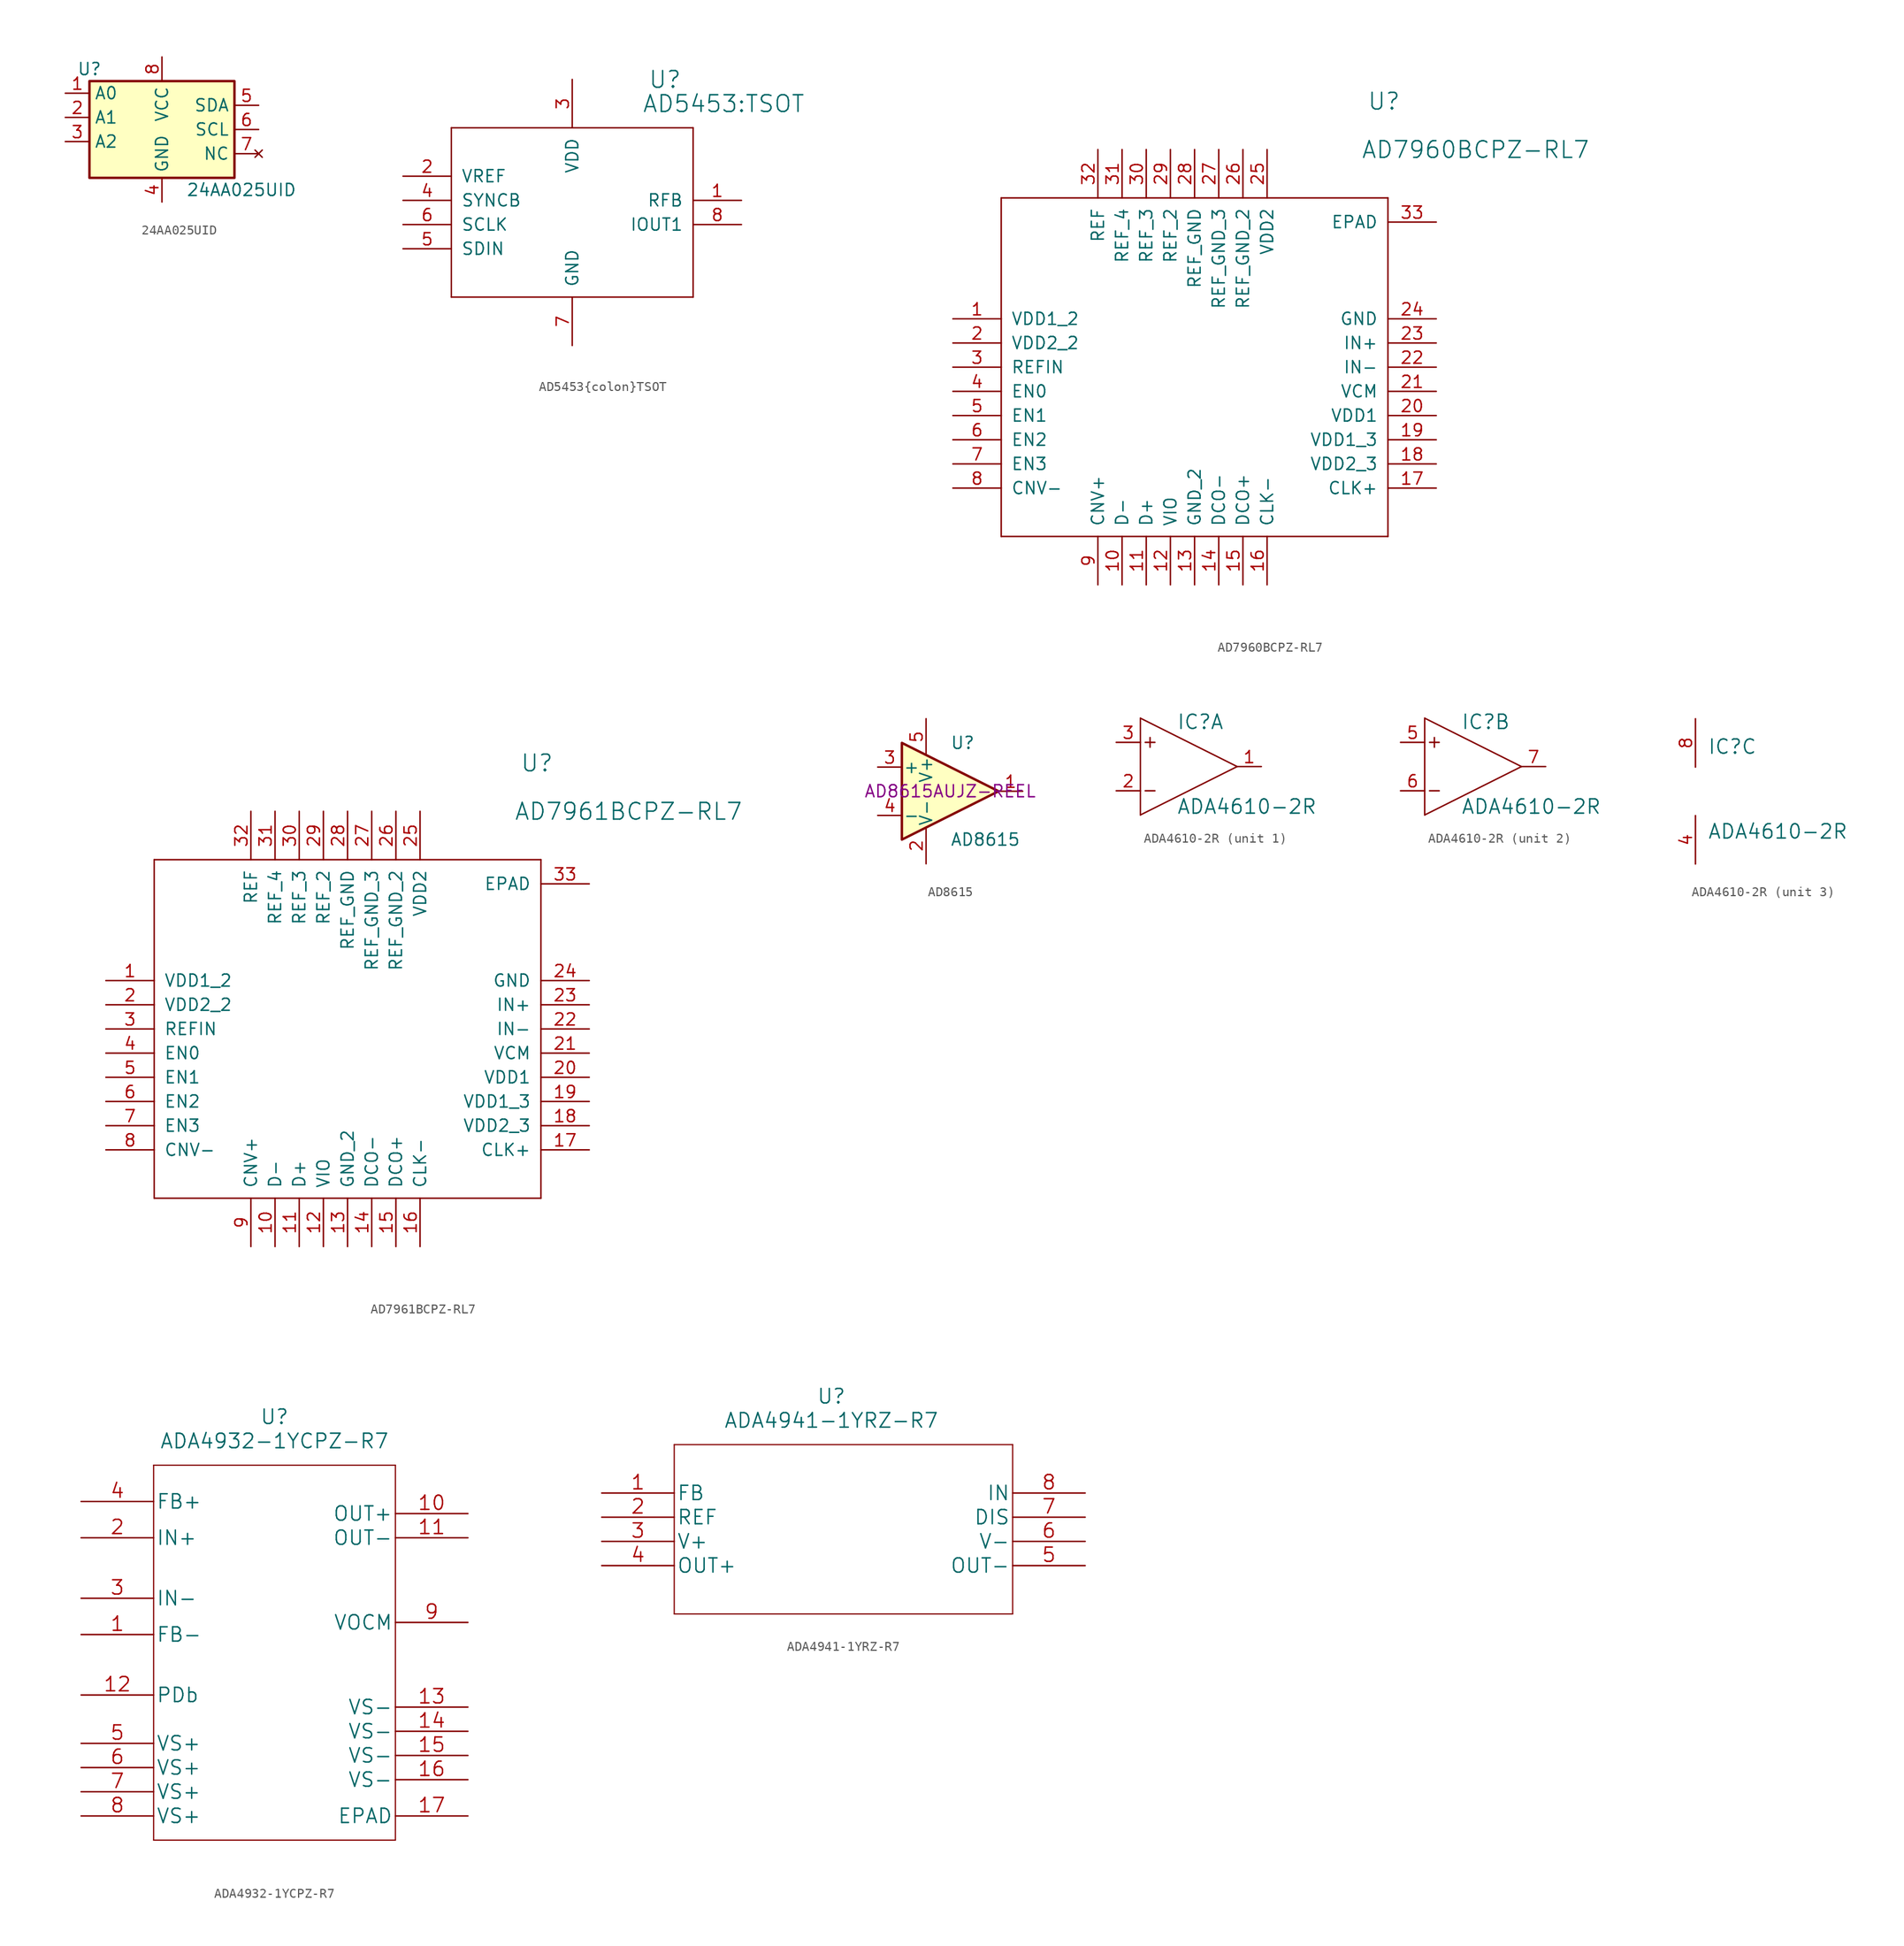
<source format=kicad_sym>
(kicad_symbol_lib
  (version 20211014)
  (generator kicad_symbol_editor)
  (symbol "24AA025UID"
    (property "Reference" "U"
      (at -7.62 6.35 0)
      (effects (font (size 1.27 1.27))))
    (property "Value" "24AA025UID"
      (at 2.54 -6.35 0)
      (effects (font (size 1.27 1.27)) (justify left)))
    (symbol "24AA025UID_1_1"
      (rectangle (start -7.62 5.08) (end 7.62 -5.08) (stroke (width 0.254) (type default) (color 0 0 0 0)) (fill (type background)))
      (pin input line (at -10.16 3.81 0) (length 2.54) (name "A0" (effects (font (size 1.27 1.27)))) (number "1" (effects (font (size 1.27 1.27)))))
      (pin input line (at -10.16 1.27 0) (length 2.54) (name "A1" (effects (font (size 1.27 1.27)))) (number "2" (effects (font (size 1.27 1.27)))))
      (pin input line (at -10.16 -1.27 0) (length 2.54) (name "A2" (effects (font (size 1.27 1.27)))) (number "3" (effects (font (size 1.27 1.27)))))
      (pin power_in line (at 0 -7.62 90) (length 2.54) (name "GND" (effects (font (size 1.27 1.27)))) (number "4" (effects (font (size 1.27 1.27)))))
      (pin bidirectional line (at 10.16 2.54 180) (length 2.54) (name "SDA" (effects (font (size 1.27 1.27)))) (number "5" (effects (font (size 1.27 1.27)))))
      (pin input line (at 10.16 0 180) (length 2.54) (name "SCL" (effects (font (size 1.27 1.27)))) (number "6" (effects (font (size 1.27 1.27)))))
      (pin no_connect line (at 10.16 -2.54 180) (length 2.54) (name "NC" (effects (font (size 1.27 1.27)))) (number "7" (effects (font (size 1.27 1.27)))))
      (pin power_in line (at 0 7.62 270) (length 2.54) (name "VCC" (effects (font (size 1.27 1.27)))) (number "8" (effects (font (size 1.27 1.27)))))))
  (symbol "AD5453{colon}TSOT"
    (pin_names
      (offset 1.016))
    (property "Reference" "U"
      (at 7.976 11.659 0)
      (effects (font (size 1.753 1.753)) (justify left bottom)))
    (property "Value" "AD5453{colon}TSOT"
      (at 7.341 9.119 0)
      (effects (font (size 1.753 1.753)) (justify left bottom)))
    (symbol "AD5453{colon}TSOT_1_0"
      (polyline (pts (xy -12.7 -10.16) (xy 12.7 -10.16)) (stroke (width 0) (type default) (color 0 0 0 0)) (fill (type none)))
      (polyline (pts (xy -12.7 7.62) (xy -12.7 -10.16)) (stroke (width 0) (type default) (color 0 0 0 0)) (fill (type none)))
      (polyline (pts (xy 12.7 -10.16) (xy 12.7 7.62)) (stroke (width 0) (type default) (color 0 0 0 0)) (fill (type none)))
      (polyline (pts (xy 12.7 7.62) (xy -12.7 7.62)) (stroke (width 0) (type default) (color 0 0 0 0)) (fill (type none)))
      (pin passive line (at 17.78 0 180) (length 5.08) (name "RFB" (effects (font (size 1.27 1.27)))) (number "1" (effects (font (size 1.27 1.27)))))
      (pin passive line (at -17.78 2.54 0) (length 5.08) (name "VREF" (effects (font (size 1.27 1.27)))) (number "2" (effects (font (size 1.27 1.27)))))
      (pin power_in line (at 0 12.7 270) (length 5.08) (name "VDD" (effects (font (size 1.27 1.27)))) (number "3" (effects (font (size 1.27 1.27)))))
      (pin passive line (at -17.78 0 0) (length 5.08) (name "SYNCB" (effects (font (size 1.27 1.27)))) (number "4" (effects (font (size 1.27 1.27)))))
      (pin passive line (at -17.78 -5.08 0) (length 5.08) (name "SDIN" (effects (font (size 1.27 1.27)))) (number "5" (effects (font (size 1.27 1.27)))))
      (pin passive line (at -17.78 -2.54 0) (length 5.08) (name "SCLK" (effects (font (size 1.27 1.27)))) (number "6" (effects (font (size 1.27 1.27)))))
      (pin passive line (at 0 -15.24 90) (length 5.08) (name "GND" (effects (font (size 1.27 1.27)))) (number "7" (effects (font (size 1.27 1.27)))))
      (pin passive line (at 17.78 -2.54 180) (length 5.08) (name "IOUT1" (effects (font (size 1.27 1.27)))) (number "8" (effects (font (size 1.27 1.27)))))))
  (symbol "AD7960BCPZ-RL7"
    (pin_names
      (offset 1.016))
    (property "Reference" "U"
      (at 18.136 26.899 0)
      (effects (font (size 1.753 1.753)) (justify left bottom)))
    (property "Value" "AD7960BCPZ-RL7"
      (at 17.501 21.819 0)
      (effects (font (size 1.753 1.753)) (justify left bottom)))
    (symbol "AD7960BCPZ-RL7_1_0"
      (polyline (pts (xy -20.32 -17.78) (xy 20.32 -17.78)) (stroke (width 0) (type default) (color 0 0 0 0)) (fill (type none)))
      (polyline (pts (xy -20.32 17.78) (xy -20.32 -17.78)) (stroke (width 0) (type default) (color 0 0 0 0)) (fill (type none)))
      (polyline (pts (xy 20.32 -17.78) (xy 20.32 17.78)) (stroke (width 0) (type default) (color 0 0 0 0)) (fill (type none)))
      (polyline (pts (xy 20.32 17.78) (xy -20.32 17.78)) (stroke (width 0) (type default) (color 0 0 0 0)) (fill (type none)))
      (pin power_in line (at -25.4 5.08 0) (length 5.08) (name "VDD1_2" (effects (font (size 1.27 1.27)))) (number "1" (effects (font (size 1.27 1.27)))))
      (pin output line (at -7.62 -22.86 90) (length 5.08) (name "D-" (effects (font (size 1.27 1.27)))) (number "10" (effects (font (size 1.27 1.27)))))
      (pin output line (at -5.08 -22.86 90) (length 5.08) (name "D+" (effects (font (size 1.27 1.27)))) (number "11" (effects (font (size 1.27 1.27)))))
      (pin power_in line (at -2.54 -22.86 90) (length 5.08) (name "VIO" (effects (font (size 1.27 1.27)))) (number "12" (effects (font (size 1.27 1.27)))))
      (pin power_in line (at 0 -22.86 90) (length 5.08) (name "GND_2" (effects (font (size 1.27 1.27)))) (number "13" (effects (font (size 1.27 1.27)))))
      (pin output line (at 2.54 -22.86 90) (length 5.08) (name "DCO-" (effects (font (size 1.27 1.27)))) (number "14" (effects (font (size 1.27 1.27)))))
      (pin output line (at 5.08 -22.86 90) (length 5.08) (name "DCO+" (effects (font (size 1.27 1.27)))) (number "15" (effects (font (size 1.27 1.27)))))
      (pin input line (at 7.62 -22.86 90) (length 5.08) (name "CLK-" (effects (font (size 1.27 1.27)))) (number "16" (effects (font (size 1.27 1.27)))))
      (pin input line (at 25.4 -12.7 180) (length 5.08) (name "CLK+" (effects (font (size 1.27 1.27)))) (number "17" (effects (font (size 1.27 1.27)))))
      (pin power_in line (at 25.4 -10.16 180) (length 5.08) (name "VDD2_3" (effects (font (size 1.27 1.27)))) (number "18" (effects (font (size 1.27 1.27)))))
      (pin power_in line (at 25.4 -7.62 180) (length 5.08) (name "VDD1_3" (effects (font (size 1.27 1.27)))) (number "19" (effects (font (size 1.27 1.27)))))
      (pin power_in line (at -25.4 2.54 0) (length 5.08) (name "VDD2_2" (effects (font (size 1.27 1.27)))) (number "2" (effects (font (size 1.27 1.27)))))
      (pin power_in line (at 25.4 -5.08 180) (length 5.08) (name "VDD1" (effects (font (size 1.27 1.27)))) (number "20" (effects (font (size 1.27 1.27)))))
      (pin output line (at 25.4 -2.54 180) (length 5.08) (name "VCM" (effects (font (size 1.27 1.27)))) (number "21" (effects (font (size 1.27 1.27)))))
      (pin input line (at 25.4 0 180) (length 5.08) (name "IN-" (effects (font (size 1.27 1.27)))) (number "22" (effects (font (size 1.27 1.27)))))
      (pin input line (at 25.4 2.54 180) (length 5.08) (name "IN+" (effects (font (size 1.27 1.27)))) (number "23" (effects (font (size 1.27 1.27)))))
      (pin power_in line (at 25.4 5.08 180) (length 5.08) (name "GND" (effects (font (size 1.27 1.27)))) (number "24" (effects (font (size 1.27 1.27)))))
      (pin power_in line (at 7.62 22.86 270) (length 5.08) (name "VDD2" (effects (font (size 1.27 1.27)))) (number "25" (effects (font (size 1.27 1.27)))))
      (pin power_in line (at 5.08 22.86 270) (length 5.08) (name "REF_GND_2" (effects (font (size 1.27 1.27)))) (number "26" (effects (font (size 1.27 1.27)))))
      (pin power_in line (at 2.54 22.86 270) (length 5.08) (name "REF_GND_3" (effects (font (size 1.27 1.27)))) (number "27" (effects (font (size 1.27 1.27)))))
      (pin power_in line (at 0 22.86 270) (length 5.08) (name "REF_GND" (effects (font (size 1.27 1.27)))) (number "28" (effects (font (size 1.27 1.27)))))
      (pin bidirectional line (at -2.54 22.86 270) (length 5.08) (name "REF_2" (effects (font (size 1.27 1.27)))) (number "29" (effects (font (size 1.27 1.27)))))
      (pin input line (at -25.4 0 0) (length 5.08) (name "REFIN" (effects (font (size 1.27 1.27)))) (number "3" (effects (font (size 1.27 1.27)))))
      (pin bidirectional line (at -5.08 22.86 270) (length 5.08) (name "REF_3" (effects (font (size 1.27 1.27)))) (number "30" (effects (font (size 1.27 1.27)))))
      (pin bidirectional line (at -7.62 22.86 270) (length 5.08) (name "REF_4" (effects (font (size 1.27 1.27)))) (number "31" (effects (font (size 1.27 1.27)))))
      (pin bidirectional line (at -10.16 22.86 270) (length 5.08) (name "REF" (effects (font (size 1.27 1.27)))) (number "32" (effects (font (size 1.27 1.27)))))
      (pin power_in line (at 25.4 15.24 180) (length 5.08) (name "EPAD" (effects (font (size 1.27 1.27)))) (number "33" (effects (font (size 1.27 1.27)))))
      (pin input line (at -25.4 -2.54 0) (length 5.08) (name "EN0" (effects (font (size 1.27 1.27)))) (number "4" (effects (font (size 1.27 1.27)))))
      (pin input line (at -25.4 -5.08 0) (length 5.08) (name "EN1" (effects (font (size 1.27 1.27)))) (number "5" (effects (font (size 1.27 1.27)))))
      (pin input line (at -25.4 -7.62 0) (length 5.08) (name "EN2" (effects (font (size 1.27 1.27)))) (number "6" (effects (font (size 1.27 1.27)))))
      (pin input line (at -25.4 -10.16 0) (length 5.08) (name "EN3" (effects (font (size 1.27 1.27)))) (number "7" (effects (font (size 1.27 1.27)))))
      (pin input line (at -25.4 -12.7 0) (length 5.08) (name "CNV-" (effects (font (size 1.27 1.27)))) (number "8" (effects (font (size 1.27 1.27)))))
      (pin input line (at -10.16 -22.86 90) (length 5.08) (name "CNV+" (effects (font (size 1.27 1.27)))) (number "9" (effects (font (size 1.27 1.27)))))))
  (symbol "AD7961BCPZ-RL7"
    (pin_names
      (offset 1.016))
    (property "Reference" "U"
      (at 18.136 26.899 0)
      (effects (font (size 1.753 1.753)) (justify left bottom)))
    (property "Value" "AD7961BCPZ-RL7"
      (at 17.501 21.819 0)
      (effects (font (size 1.753 1.753)) (justify left bottom)))
    (symbol "AD7961BCPZ-RL7_1_0"
      (polyline (pts (xy -20.32 -17.78) (xy 20.32 -17.78)) (stroke (width 0) (type default) (color 0 0 0 0)) (fill (type none)))
      (polyline (pts (xy -20.32 17.78) (xy -20.32 -17.78)) (stroke (width 0) (type default) (color 0 0 0 0)) (fill (type none)))
      (polyline (pts (xy 20.32 -17.78) (xy 20.32 17.78)) (stroke (width 0) (type default) (color 0 0 0 0)) (fill (type none)))
      (polyline (pts (xy 20.32 17.78) (xy -20.32 17.78)) (stroke (width 0) (type default) (color 0 0 0 0)) (fill (type none)))
      (pin power_in line (at -25.4 5.08 0) (length 5.08) (name "VDD1_2" (effects (font (size 1.27 1.27)))) (number "1" (effects (font (size 1.27 1.27)))))
      (pin output line (at -7.62 -22.86 90) (length 5.08) (name "D-" (effects (font (size 1.27 1.27)))) (number "10" (effects (font (size 1.27 1.27)))))
      (pin output line (at -5.08 -22.86 90) (length 5.08) (name "D+" (effects (font (size 1.27 1.27)))) (number "11" (effects (font (size 1.27 1.27)))))
      (pin power_in line (at -2.54 -22.86 90) (length 5.08) (name "VIO" (effects (font (size 1.27 1.27)))) (number "12" (effects (font (size 1.27 1.27)))))
      (pin power_in line (at 0 -22.86 90) (length 5.08) (name "GND_2" (effects (font (size 1.27 1.27)))) (number "13" (effects (font (size 1.27 1.27)))))
      (pin output line (at 2.54 -22.86 90) (length 5.08) (name "DCO-" (effects (font (size 1.27 1.27)))) (number "14" (effects (font (size 1.27 1.27)))))
      (pin output line (at 5.08 -22.86 90) (length 5.08) (name "DCO+" (effects (font (size 1.27 1.27)))) (number "15" (effects (font (size 1.27 1.27)))))
      (pin input line (at 7.62 -22.86 90) (length 5.08) (name "CLK-" (effects (font (size 1.27 1.27)))) (number "16" (effects (font (size 1.27 1.27)))))
      (pin input line (at 25.4 -12.7 180) (length 5.08) (name "CLK+" (effects (font (size 1.27 1.27)))) (number "17" (effects (font (size 1.27 1.27)))))
      (pin power_in line (at 25.4 -10.16 180) (length 5.08) (name "VDD2_3" (effects (font (size 1.27 1.27)))) (number "18" (effects (font (size 1.27 1.27)))))
      (pin power_in line (at 25.4 -7.62 180) (length 5.08) (name "VDD1_3" (effects (font (size 1.27 1.27)))) (number "19" (effects (font (size 1.27 1.27)))))
      (pin power_in line (at -25.4 2.54 0) (length 5.08) (name "VDD2_2" (effects (font (size 1.27 1.27)))) (number "2" (effects (font (size 1.27 1.27)))))
      (pin power_in line (at 25.4 -5.08 180) (length 5.08) (name "VDD1" (effects (font (size 1.27 1.27)))) (number "20" (effects (font (size 1.27 1.27)))))
      (pin output line (at 25.4 -2.54 180) (length 5.08) (name "VCM" (effects (font (size 1.27 1.27)))) (number "21" (effects (font (size 1.27 1.27)))))
      (pin input line (at 25.4 0 180) (length 5.08) (name "IN-" (effects (font (size 1.27 1.27)))) (number "22" (effects (font (size 1.27 1.27)))))
      (pin input line (at 25.4 2.54 180) (length 5.08) (name "IN+" (effects (font (size 1.27 1.27)))) (number "23" (effects (font (size 1.27 1.27)))))
      (pin power_in line (at 25.4 5.08 180) (length 5.08) (name "GND" (effects (font (size 1.27 1.27)))) (number "24" (effects (font (size 1.27 1.27)))))
      (pin power_in line (at 7.62 22.86 270) (length 5.08) (name "VDD2" (effects (font (size 1.27 1.27)))) (number "25" (effects (font (size 1.27 1.27)))))
      (pin power_in line (at 5.08 22.86 270) (length 5.08) (name "REF_GND_2" (effects (font (size 1.27 1.27)))) (number "26" (effects (font (size 1.27 1.27)))))
      (pin power_in line (at 2.54 22.86 270) (length 5.08) (name "REF_GND_3" (effects (font (size 1.27 1.27)))) (number "27" (effects (font (size 1.27 1.27)))))
      (pin power_in line (at 0 22.86 270) (length 5.08) (name "REF_GND" (effects (font (size 1.27 1.27)))) (number "28" (effects (font (size 1.27 1.27)))))
      (pin bidirectional line (at -2.54 22.86 270) (length 5.08) (name "REF_2" (effects (font (size 1.27 1.27)))) (number "29" (effects (font (size 1.27 1.27)))))
      (pin input line (at -25.4 0 0) (length 5.08) (name "REFIN" (effects (font (size 1.27 1.27)))) (number "3" (effects (font (size 1.27 1.27)))))
      (pin bidirectional line (at -5.08 22.86 270) (length 5.08) (name "REF_3" (effects (font (size 1.27 1.27)))) (number "30" (effects (font (size 1.27 1.27)))))
      (pin bidirectional line (at -7.62 22.86 270) (length 5.08) (name "REF_4" (effects (font (size 1.27 1.27)))) (number "31" (effects (font (size 1.27 1.27)))))
      (pin bidirectional line (at -10.16 22.86 270) (length 5.08) (name "REF" (effects (font (size 1.27 1.27)))) (number "32" (effects (font (size 1.27 1.27)))))
      (pin power_in line (at 25.4 15.24 180) (length 5.08) (name "EPAD" (effects (font (size 1.27 1.27)))) (number "33" (effects (font (size 1.27 1.27)))))
      (pin input line (at -25.4 -2.54 0) (length 5.08) (name "EN0" (effects (font (size 1.27 1.27)))) (number "4" (effects (font (size 1.27 1.27)))))
      (pin input line (at -25.4 -5.08 0) (length 5.08) (name "EN1" (effects (font (size 1.27 1.27)))) (number "5" (effects (font (size 1.27 1.27)))))
      (pin input line (at -25.4 -7.62 0) (length 5.08) (name "EN2" (effects (font (size 1.27 1.27)))) (number "6" (effects (font (size 1.27 1.27)))))
      (pin input line (at -25.4 -10.16 0) (length 5.08) (name "EN3" (effects (font (size 1.27 1.27)))) (number "7" (effects (font (size 1.27 1.27)))))
      (pin input line (at -25.4 -12.7 0) (length 5.08) (name "CNV-" (effects (font (size 1.27 1.27)))) (number "8" (effects (font (size 1.27 1.27)))))
      (pin input line (at -10.16 -22.86 90) (length 5.08) (name "CNV+" (effects (font (size 1.27 1.27)))) (number "9" (effects (font (size 1.27 1.27)))))))
  (symbol "AD8615"
    (pin_names
      (offset 0.127))
    (property "Reference" "U"
      (at 0 5.08 0)
      (effects (font (size 1.27 1.27)) (justify left)))
    (property "Value" "AD8615"
      (at 0 -5.08 0)
      (effects (font (size 1.27 1.27)) (justify left)))
    (property "Manf#" "AD8615AUJZ-REEL"
      (at 0 0 0)
      (effects (font (size 1.27 1.27))))
    (symbol "AD8615_0_1"
      (polyline (pts (xy -5.08 5.08) (xy 5.08 0) (xy -5.08 -5.08) (xy -5.08 5.08)) (stroke (width 0.254) (type default) (color 0 0 0 0)) (fill (type background)))
      (pin power_in line (at -2.54 -7.62 90) (length 3.81) (name "V-" (effects (font (size 1.27 1.27)))) (number "2" (effects (font (size 1.27 1.27)))))
      (pin power_in line (at -2.54 7.62 270) (length 3.81) (name "V+" (effects (font (size 1.27 1.27)))) (number "5" (effects (font (size 1.27 1.27))))))
    (symbol "AD8615_1_1"
      (pin output line (at 7.62 0 180) (length 2.54) (name "~" (effects (font (size 1.27 1.27)))) (number "1" (effects (font (size 1.27 1.27)))))
      (pin input line (at -7.62 2.54 0) (length 2.54) (name "+" (effects (font (size 1.27 1.27)))) (number "3" (effects (font (size 1.27 1.27)))))
      (pin input line (at -7.62 -2.54 0) (length 2.54) (name "-" (effects (font (size 1.27 1.27)))) (number "4" (effects (font (size 1.27 1.27)))))))
  (symbol "ADA4610-2R"
    (pin_names
      (offset 1.016))
    (property "Reference" "IC"
      (at 1.27 3.81 0)
      (effects (font (size 1.499 1.499)) (justify left bottom)))
    (property "Value" "ADA4610-2R"
      (at 1.27 -5.08 0)
      (effects (font (size 1.499 1.499)) (justify left bottom)))
    (property "ki_locked" ""
      (at 0 0 0)
      (effects (font (size 1.27 1.27))))
    (symbol "ADA4610-2R_1_0"
      (polyline (pts (xy -2.54 -5.08) (xy 7.62 0)) (stroke (width 0) (type default) (color 0 0 0 0)) (fill (type none)))
      (polyline (pts (xy -2.54 5.08) (xy -2.54 -5.08)) (stroke (width 0) (type default) (color 0 0 0 0)) (fill (type none)))
      (polyline (pts (xy -2.032 -2.54) (xy -1.016 -2.54)) (stroke (width 0) (type default) (color 0 0 0 0)) (fill (type none)))
      (polyline (pts (xy -2.032 2.54) (xy -1.016 2.54)) (stroke (width 0) (type default) (color 0 0 0 0)) (fill (type none)))
      (polyline (pts (xy -1.524 3.048) (xy -1.524 2.032)) (stroke (width 0) (type default) (color 0 0 0 0)) (fill (type none)))
      (polyline (pts (xy 7.62 0) (xy -2.54 5.08)) (stroke (width 0) (type default) (color 0 0 0 0)) (fill (type none)))
      (pin output line (at 10.16 0 180) (length 2.54) (name "OUT" (effects (font (size 0 0)))) (number "1" (effects (font (size 1.27 1.27)))))
      (pin input line (at -5.08 -2.54 0) (length 2.54) (name "IN-" (effects (font (size 0 0)))) (number "2" (effects (font (size 1.27 1.27)))))
      (pin input line (at -5.08 2.54 0) (length 2.54) (name "IN+" (effects (font (size 0 0)))) (number "3" (effects (font (size 1.27 1.27))))))
    (symbol "ADA4610-2R_2_0"
      (polyline (pts (xy -2.54 -5.08) (xy 7.62 0)) (stroke (width 0) (type default) (color 0 0 0 0)) (fill (type none)))
      (polyline (pts (xy -2.54 5.08) (xy -2.54 -5.08)) (stroke (width 0) (type default) (color 0 0 0 0)) (fill (type none)))
      (polyline (pts (xy -2.032 -2.54) (xy -1.016 -2.54)) (stroke (width 0) (type default) (color 0 0 0 0)) (fill (type none)))
      (polyline (pts (xy -2.032 2.54) (xy -1.016 2.54)) (stroke (width 0) (type default) (color 0 0 0 0)) (fill (type none)))
      (polyline (pts (xy -1.524 3.048) (xy -1.524 2.032)) (stroke (width 0) (type default) (color 0 0 0 0)) (fill (type none)))
      (polyline (pts (xy 7.62 0) (xy -2.54 5.08)) (stroke (width 0) (type default) (color 0 0 0 0)) (fill (type none)))
      (pin input line (at -5.08 2.54 0) (length 2.54) (name "IN+" (effects (font (size 0 0)))) (number "5" (effects (font (size 1.27 1.27)))))
      (pin input line (at -5.08 -2.54 0) (length 2.54) (name "IN-" (effects (font (size 0 0)))) (number "6" (effects (font (size 1.27 1.27)))))
      (pin output line (at 10.16 0 180) (length 2.54) (name "OUT" (effects (font (size 0 0)))) (number "7" (effects (font (size 1.27 1.27))))))
    (symbol "ADA4610-2R_3_0"
      (pin power_in line (at 0 -7.62 90) (length 5.08) (name "V-" (effects (font (size 0 0)))) (number "4" (effects (font (size 1.27 1.27)))))
      (pin power_in line (at 0 7.62 270) (length 5.08) (name "V+" (effects (font (size 0 0)))) (number "8" (effects (font (size 1.27 1.27)))))))
  (symbol "ADA4932-1YCPZ-R7"
    (pin_names
      (offset 0.254))
    (property "Reference" "U"
      (at 20.32 12.7 0)
      (effects (font (size 1.524 1.524))))
    (property "Value" "ADA4932-1YCPZ-R7"
      (at 20.32 10.16 0)
      (effects (font (size 1.524 1.524))))
    (property "Datasheet" ""
      (at 0 0 0)
      (effects (font (size 1.524 1.524))))
    (property "ki_locked" ""
      (at 0 0 0)
      (effects (font (size 1.27 1.27))))
    (symbol "ADA4932-1YCPZ-R7_1_1"
      (polyline (pts (xy 7.62 -31.75) (xy 33.02 -31.75)) (stroke (width 0.127) (type default) (color 0 0 0 0)) (fill (type none)))
      (polyline (pts (xy 7.62 7.62) (xy 7.62 -31.75)) (stroke (width 0.127) (type default) (color 0 0 0 0)) (fill (type none)))
      (polyline (pts (xy 33.02 -31.75) (xy 33.02 7.62)) (stroke (width 0.127) (type default) (color 0 0 0 0)) (fill (type none)))
      (polyline (pts (xy 33.02 7.62) (xy 7.62 7.62)) (stroke (width 0.127) (type default) (color 0 0 0 0)) (fill (type none)))
      (pin input line (at 0 -10.16 0) (length 7.62) (name "FB-" (effects (font (size 1.499 1.499)))) (number "1" (effects (font (size 1.499 1.499)))))
      (pin output line (at 40.64 2.54 180) (length 7.62) (name "OUT+" (effects (font (size 1.499 1.499)))) (number "10" (effects (font (size 1.499 1.499)))))
      (pin output line (at 40.64 0 180) (length 7.62) (name "OUT-" (effects (font (size 1.499 1.499)))) (number "11" (effects (font (size 1.499 1.499)))))
      (pin input line (at 0 -16.51 0) (length 7.62) (name "PDb" (effects (font (size 1.499 1.499)))) (number "12" (effects (font (size 1.499 1.499)))))
      (pin power_in line (at 40.64 -17.78 180) (length 7.62) (name "VS-" (effects (font (size 1.499 1.499)))) (number "13" (effects (font (size 1.499 1.499)))))
      (pin power_in line (at 40.64 -20.32 180) (length 7.62) (name "VS-" (effects (font (size 1.499 1.499)))) (number "14" (effects (font (size 1.499 1.499)))))
      (pin power_in line (at 40.64 -22.86 180) (length 7.62) (name "VS-" (effects (font (size 1.499 1.499)))) (number "15" (effects (font (size 1.499 1.499)))))
      (pin power_in line (at 40.64 -25.4 180) (length 7.62) (name "VS-" (effects (font (size 1.499 1.499)))) (number "16" (effects (font (size 1.499 1.499)))))
      (pin power_in line (at 40.64 -29.21 180) (length 7.62) (name "EPAD" (effects (font (size 1.499 1.499)))) (number "17" (effects (font (size 1.499 1.499)))))
      (pin input line (at 0 0 0) (length 7.62) (name "IN+" (effects (font (size 1.499 1.499)))) (number "2" (effects (font (size 1.499 1.499)))))
      (pin input line (at 0 -6.35 0) (length 7.62) (name "IN-" (effects (font (size 1.499 1.499)))) (number "3" (effects (font (size 1.499 1.499)))))
      (pin input line (at 0 3.81 0) (length 7.62) (name "FB+" (effects (font (size 1.499 1.499)))) (number "4" (effects (font (size 1.499 1.499)))))
      (pin power_in line (at 0 -21.59 0) (length 7.62) (name "VS+" (effects (font (size 1.499 1.499)))) (number "5" (effects (font (size 1.499 1.499)))))
      (pin power_in line (at 0 -24.13 0) (length 7.62) (name "VS+" (effects (font (size 1.499 1.499)))) (number "6" (effects (font (size 1.499 1.499)))))
      (pin power_in line (at 0 -26.67 0) (length 7.62) (name "VS+" (effects (font (size 1.499 1.499)))) (number "7" (effects (font (size 1.499 1.499)))))
      (pin power_in line (at 0 -29.21 0) (length 7.62) (name "VS+" (effects (font (size 1.499 1.499)))) (number "8" (effects (font (size 1.499 1.499)))))
      (pin passive line (at 40.64 -8.89 180) (length 7.62) (name "VOCM" (effects (font (size 1.499 1.499)))) (number "9" (effects (font (size 1.499 1.499)))))))
  (symbol "ADA4941-1YRZ-R7"
    (pin_names
      (offset 0.254))
    (property "Reference" "U"
      (at 34.29 10.16 0)
      (effects (font (size 1.524 1.524))))
    (property "Value" "ADA4941-1YRZ-R7"
      (at 34.29 7.62 0)
      (effects (font (size 1.524 1.524))))
    (property "Datasheet" ""
      (at 10.16 0 0)
      (effects (font (size 1.524 1.524))))
    (property "ki_locked" ""
      (at 0 0 0)
      (effects (font (size 1.27 1.27))))
    (symbol "ADA4941-1YRZ-R7_1_1"
      (polyline (pts (xy 17.78 -12.7) (xy 53.34 -12.7)) (stroke (width 0.127) (type default) (color 0 0 0 0)) (fill (type none)))
      (polyline (pts (xy 17.78 5.08) (xy 17.78 -12.7)) (stroke (width 0.127) (type default) (color 0 0 0 0)) (fill (type none)))
      (polyline (pts (xy 53.34 -12.7) (xy 53.34 5.08)) (stroke (width 0.127) (type default) (color 0 0 0 0)) (fill (type none)))
      (polyline (pts (xy 53.34 5.08) (xy 17.78 5.08)) (stroke (width 0.127) (type default) (color 0 0 0 0)) (fill (type none)))
      (pin input line (at 10.16 0 0) (length 7.62) (name "FB" (effects (font (size 1.499 1.499)))) (number "1" (effects (font (size 1.499 1.499)))))
      (pin input line (at 10.16 -2.54 0) (length 7.62) (name "REF" (effects (font (size 1.499 1.499)))) (number "2" (effects (font (size 1.499 1.499)))))
      (pin power_in line (at 10.16 -5.08 0) (length 7.62) (name "V+" (effects (font (size 1.499 1.499)))) (number "3" (effects (font (size 1.499 1.499)))))
      (pin output line (at 10.16 -7.62 0) (length 7.62) (name "OUT+" (effects (font (size 1.499 1.499)))) (number "4" (effects (font (size 1.499 1.499)))))
      (pin output line (at 60.96 -7.62 180) (length 7.62) (name "OUT-" (effects (font (size 1.499 1.499)))) (number "5" (effects (font (size 1.499 1.499)))))
      (pin power_in line (at 60.96 -5.08 180) (length 7.62) (name "V-" (effects (font (size 1.499 1.499)))) (number "6" (effects (font (size 1.499 1.499)))))
      (pin unspecified line (at 60.96 -2.54 180) (length 7.62) (name "DIS" (effects (font (size 1.499 1.499)))) (number "7" (effects (font (size 1.499 1.499)))))
      (pin input line (at 60.96 0 180) (length 7.62) (name "IN" (effects (font (size 1.499 1.499)))) (number "8" (effects (font (size 1.499 1.499))))))))
</source>
